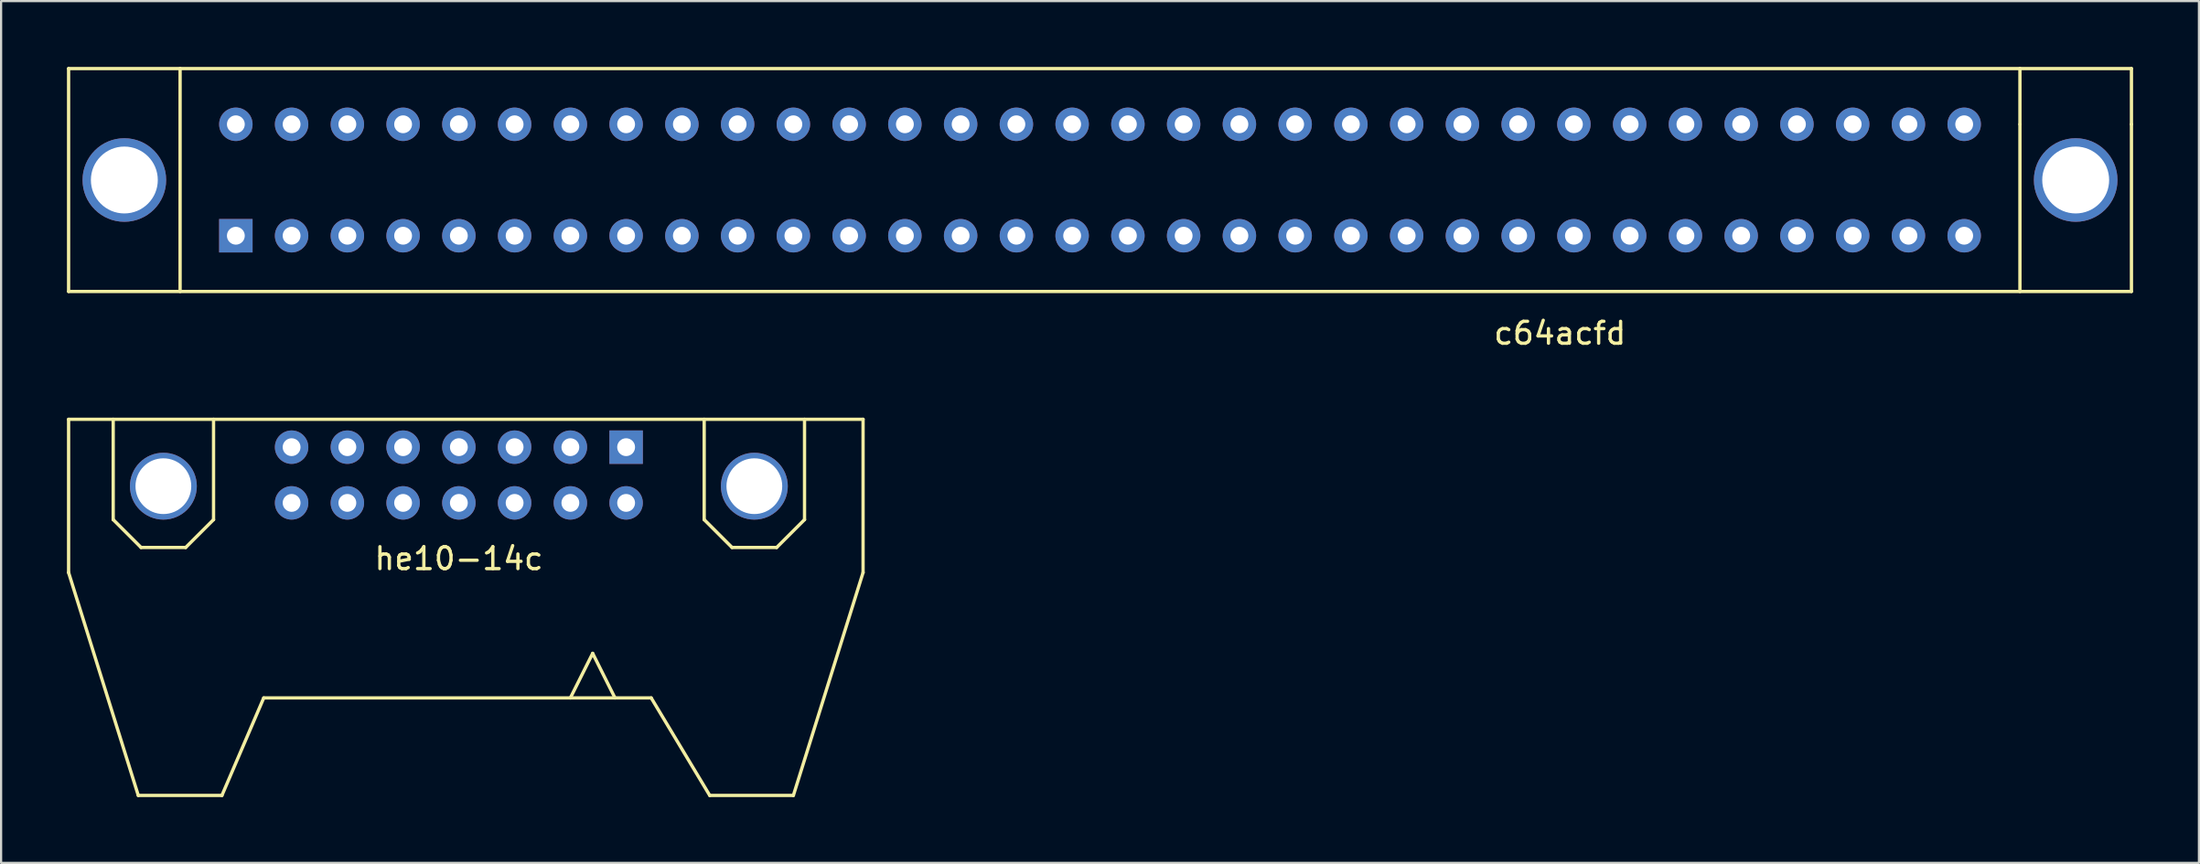
<source format=kicad_pcb>
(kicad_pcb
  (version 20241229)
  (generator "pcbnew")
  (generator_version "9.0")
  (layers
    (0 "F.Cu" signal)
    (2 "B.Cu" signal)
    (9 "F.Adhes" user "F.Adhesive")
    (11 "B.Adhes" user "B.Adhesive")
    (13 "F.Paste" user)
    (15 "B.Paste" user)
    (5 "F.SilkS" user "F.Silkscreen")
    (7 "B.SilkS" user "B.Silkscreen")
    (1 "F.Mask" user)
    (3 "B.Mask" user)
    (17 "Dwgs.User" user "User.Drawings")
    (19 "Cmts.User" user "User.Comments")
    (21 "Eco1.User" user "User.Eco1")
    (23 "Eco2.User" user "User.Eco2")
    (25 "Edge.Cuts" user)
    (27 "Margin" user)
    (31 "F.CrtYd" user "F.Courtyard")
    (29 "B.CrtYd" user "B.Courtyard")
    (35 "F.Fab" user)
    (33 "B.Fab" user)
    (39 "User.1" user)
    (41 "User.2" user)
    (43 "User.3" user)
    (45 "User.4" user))
  (footprint "c64acfd"
    (layer "F.Cu")
    (at 47.065 5.155)
    (property "Reference" "c64acfd" (at 20.955 6.985 0) (layer "F.SilkS") (effects (font (size 1 1) (thickness 0.15))))
    (attr through_hole)
    (fp_line (start -46.99 5.08) (end -46.99 -5.08) (stroke (width 0.15) (type solid)) (layer "F.SilkS"))
    (fp_line (start -41.91 -5.08) (end -41.91 5.08) (stroke (width 0.15) (type solid)) (layer "F.SilkS"))
    (fp_line (start 41.91 -2.54) (end 41.91 -5.08) (stroke (width 0.15) (type solid)) (layer "F.SilkS"))
    (fp_line (start 41.91 -2.54) (end 41.91 5.08) (stroke (width 0.15) (type solid)) (layer "F.SilkS"))
    (fp_line (start 46.99 -5.08) (end -46.99 -5.08) (stroke (width 0.15) (type solid)) (layer "F.SilkS"))
    (fp_line (start 46.99 -2.54) (end 46.99 -5.08) (stroke (width 0.15) (type solid)) (layer "F.SilkS"))
    (fp_line (start 46.99 -2.54) (end 46.99 5.08) (stroke (width 0.15) (type solid)) (layer "F.SilkS"))
    (fp_line (start 46.99 5.08) (end -46.99 5.08) (stroke (width 0.15) (type solid)) (layer "F.SilkS"))
    (pad "65" thru_hole circle (at 44.45 0) (size 3.81 3.81) (drill 3.048) (layers "*.Cu" "*.Mask"))
    (pad "66" thru_hole circle (at -44.45 0) (size 3.81 3.81) (drill 3.048) (layers "*.Cu" "*.Mask"))
    (pad "A1" thru_hole rect (at -39.37 2.54) (size 1.524 1.524) (drill 0.813) (layers "*.Cu" "*.Mask"))
    (pad "A2" thru_hole circle (at -36.83 2.54) (size 1.524 1.524) (drill 0.813) (layers "*.Cu" "*.Mask"))
    (pad "A3" thru_hole circle (at -34.29 2.54) (size 1.524 1.524) (drill 0.813) (layers "*.Cu" "*.Mask"))
    (pad "A4" thru_hole circle (at -31.75 2.54) (size 1.524 1.524) (drill 0.813) (layers "*.Cu" "*.Mask"))
    (pad "A5" thru_hole circle (at -29.21 2.54) (size 1.524 1.524) (drill 0.813) (layers "*.Cu" "*.Mask"))
    (pad "A6" thru_hole circle (at -26.67 2.54) (size 1.524 1.524) (drill 0.813) (layers "*.Cu" "*.Mask"))
    (pad "A7" thru_hole circle (at -24.13 2.54) (size 1.524 1.524) (drill 0.813) (layers "*.Cu" "*.Mask"))
    (pad "A8" thru_hole circle (at -21.59 2.54) (size 1.524 1.524) (drill 0.813) (layers "*.Cu" "*.Mask"))
    (pad "A9" thru_hole circle (at -19.05 2.54) (size 1.524 1.524) (drill 0.813) (layers "*.Cu" "*.Mask"))
    (pad "A10" thru_hole circle (at -16.51 2.54) (size 1.524 1.524) (drill 0.813) (layers "*.Cu" "*.Mask"))
    (pad "A11" thru_hole circle (at -13.97 2.54) (size 1.524 1.524) (drill 0.813) (layers "*.Cu" "*.Mask"))
    (pad "A12" thru_hole circle (at -11.43 2.54) (size 1.524 1.524) (drill 0.813) (layers "*.Cu" "*.Mask"))
    (pad "A13" thru_hole circle (at -8.89 2.54) (size 1.524 1.524) (drill 0.813) (layers "*.Cu" "*.Mask"))
    (pad "A14" thru_hole circle (at -6.35 2.54) (size 1.524 1.524) (drill 0.813) (layers "*.Cu" "*.Mask"))
    (pad "A15" thru_hole circle (at -3.81 2.54) (size 1.524 1.524) (drill 0.813) (layers "*.Cu" "*.Mask"))
    (pad "A16" thru_hole circle (at -1.27 2.54) (size 1.524 1.524) (drill 0.813) (layers "*.Cu" "*.Mask"))
    (pad "A17" thru_hole circle (at 1.27 2.54) (size 1.524 1.524) (drill 0.813) (layers "*.Cu" "*.Mask"))
    (pad "A18" thru_hole circle (at 3.81 2.54) (size 1.524 1.524) (drill 0.813) (layers "*.Cu" "*.Mask"))
    (pad "A19" thru_hole circle (at 6.35 2.54) (size 1.524 1.524) (drill 0.813) (layers "*.Cu" "*.Mask"))
    (pad "A20" thru_hole circle (at 8.89 2.54) (size 1.524 1.524) (drill 0.813) (layers "*.Cu" "*.Mask"))
    (pad "A21" thru_hole circle (at 11.43 2.54) (size 1.524 1.524) (drill 0.813) (layers "*.Cu" "*.Mask"))
    (pad "A22" thru_hole circle (at 13.97 2.54) (size 1.524 1.524) (drill 0.813) (layers "*.Cu" "*.Mask"))
    (pad "A23" thru_hole circle (at 16.51 2.54) (size 1.524 1.524) (drill 0.813) (layers "*.Cu" "*.Mask"))
    (pad "A24" thru_hole circle (at 19.05 2.54) (size 1.524 1.524) (drill 0.813) (layers "*.Cu" "*.Mask"))
    (pad "A25" thru_hole circle (at 21.59 2.54) (size 1.524 1.524) (drill 0.813) (layers "*.Cu" "*.Mask"))
    (pad "A26" thru_hole circle (at 24.13 2.54) (size 1.524 1.524) (drill 0.813) (layers "*.Cu" "*.Mask"))
    (pad "A27" thru_hole circle (at 26.67 2.54) (size 1.524 1.524) (drill 0.813) (layers "*.Cu" "*.Mask"))
    (pad "A28" thru_hole circle (at 29.21 2.54) (size 1.524 1.524) (drill 0.813) (layers "*.Cu" "*.Mask"))
    (pad "A29" thru_hole circle (at 31.75 2.54) (size 1.524 1.524) (drill 0.813) (layers "*.Cu" "*.Mask"))
    (pad "A30" thru_hole circle (at 34.29 2.54) (size 1.524 1.524) (drill 0.813) (layers "*.Cu" "*.Mask"))
    (pad "A31" thru_hole circle (at 36.83 2.54) (size 1.524 1.524) (drill 0.813) (layers "*.Cu" "*.Mask"))
    (pad "A32" thru_hole circle (at 39.37 2.54) (size 1.524 1.524) (drill 0.813) (layers "*.Cu" "*.Mask"))
    (pad "C1" thru_hole circle (at -39.37 -2.54) (size 1.524 1.524) (drill 0.813) (layers "*.Cu" "*.Mask"))
    (pad "C2" thru_hole circle (at -36.83 -2.54) (size 1.524 1.524) (drill 0.813) (layers "*.Cu" "*.Mask"))
    (pad "C3" thru_hole circle (at -34.29 -2.54) (size 1.524 1.524) (drill 0.813) (layers "*.Cu" "*.Mask"))
    (pad "C4" thru_hole circle (at -31.75 -2.54) (size 1.524 1.524) (drill 0.813) (layers "*.Cu" "*.Mask"))
    (pad "C5" thru_hole circle (at -29.21 -2.54) (size 1.524 1.524) (drill 0.813) (layers "*.Cu" "*.Mask"))
    (pad "C6" thru_hole circle (at -26.67 -2.54) (size 1.524 1.524) (drill 0.813) (layers "*.Cu" "*.Mask"))
    (pad "C7" thru_hole circle (at -24.13 -2.54) (size 1.524 1.524) (drill 0.813) (layers "*.Cu" "*.Mask"))
    (pad "C8" thru_hole circle (at -21.59 -2.54) (size 1.524 1.524) (drill 0.813) (layers "*.Cu" "*.Mask"))
    (pad "C9" thru_hole circle (at -19.05 -2.54) (size 1.524 1.524) (drill 0.813) (layers "*.Cu" "*.Mask"))
    (pad "C10" thru_hole circle (at -16.51 -2.54) (size 1.524 1.524) (drill 0.813) (layers "*.Cu" "*.Mask"))
    (pad "C11" thru_hole circle (at -13.97 -2.54) (size 1.524 1.524) (drill 0.813) (layers "*.Cu" "*.Mask"))
    (pad "C12" thru_hole circle (at -11.43 -2.54) (size 1.524 1.524) (drill 0.813) (layers "*.Cu" "*.Mask"))
    (pad "C13" thru_hole circle (at -8.89 -2.54) (size 1.524 1.524) (drill 0.813) (layers "*.Cu" "*.Mask"))
    (pad "C14" thru_hole circle (at -6.35 -2.54) (size 1.524 1.524) (drill 0.813) (layers "*.Cu" "*.Mask"))
    (pad "C15" thru_hole circle (at -3.81 -2.54) (size 1.524 1.524) (drill 0.813) (layers "*.Cu" "*.Mask"))
    (pad "C16" thru_hole circle (at -1.27 -2.54) (size 1.524 1.524) (drill 0.813) (layers "*.Cu" "*.Mask"))
    (pad "C17" thru_hole circle (at 1.27 -2.54) (size 1.524 1.524) (drill 0.813) (layers "*.Cu" "*.Mask"))
    (pad "C18" thru_hole circle (at 3.81 -2.54) (size 1.524 1.524) (drill 0.813) (layers "*.Cu" "*.Mask"))
    (pad "C19" thru_hole circle (at 6.35 -2.54) (size 1.524 1.524) (drill 0.813) (layers "*.Cu" "*.Mask"))
    (pad "C20" thru_hole circle (at 8.89 -2.54) (size 1.524 1.524) (drill 0.813) (layers "*.Cu" "*.Mask"))
    (pad "C21" thru_hole circle (at 11.43 -2.54) (size 1.524 1.524) (drill 0.813) (layers "*.Cu" "*.Mask"))
    (pad "C22" thru_hole circle (at 13.97 -2.54) (size 1.524 1.524) (drill 0.813) (layers "*.Cu" "*.Mask"))
    (pad "C23" thru_hole circle (at 16.51 -2.54) (size 1.524 1.524) (drill 0.813) (layers "*.Cu" "*.Mask"))
    (pad "C24" thru_hole circle (at 19.05 -2.54) (size 1.524 1.524) (drill 0.813) (layers "*.Cu" "*.Mask"))
    (pad "C25" thru_hole circle (at 21.59 -2.54) (size 1.524 1.524) (drill 0.813) (layers "*.Cu" "*.Mask"))
    (pad "C26" thru_hole circle (at 24.13 -2.54) (size 1.524 1.524) (drill 0.813) (layers "*.Cu" "*.Mask"))
    (pad "C27" thru_hole circle (at 26.67 -2.54) (size 1.524 1.524) (drill 0.813) (layers "*.Cu" "*.Mask"))
    (pad "C28" thru_hole circle (at 29.21 -2.54) (size 1.524 1.524) (drill 0.813) (layers "*.Cu" "*.Mask"))
    (pad "C29" thru_hole circle (at 31.75 -2.54) (size 1.524 1.524) (drill 0.813) (layers "*.Cu" "*.Mask"))
    (pad "C30" thru_hole circle (at 34.29 -2.54) (size 1.524 1.524) (drill 0.813) (layers "*.Cu" "*.Mask"))
    (pad "C31" thru_hole circle (at 36.83 -2.54) (size 1.524 1.524) (drill 0.813) (layers "*.Cu" "*.Mask"))
    (pad "C32" thru_hole circle (at 39.37 -2.54) (size 1.524 1.524) (drill 0.813) (layers "*.Cu" "*.Mask")))
  (footprint "he10-14c"
    (layer "F.Cu")
    (at 17.855 18.603)
    (property "Reference" "he10-14c" (at 0 3.81 0) (layer "F.SilkS") (effects (font (size 1 1) (thickness 0.15))))
    (attr through_hole)
    (fp_line (start -17.78 -2.54) (end -17.78 4.445) (stroke (width 0.15) (type solid)) (layer "F.SilkS"))
    (fp_line (start -17.78 -2.54) (end 18.415 -2.54) (stroke (width 0.15) (type solid)) (layer "F.SilkS"))
    (fp_line (start -17.78 4.445) (end -14.605 14.605) (stroke (width 0.15) (type solid)) (layer "F.SilkS"))
    (fp_line (start -15.748 2.032) (end -15.748 -2.54) (stroke (width 0.15) (type solid)) (layer "F.SilkS"))
    (fp_line (start -14.605 14.605) (end -10.795 14.605) (stroke (width 0.15) (type solid)) (layer "F.SilkS"))
    (fp_line (start -14.478 3.302) (end -15.748 2.032) (stroke (width 0.15) (type solid)) (layer "F.SilkS"))
    (fp_line (start -12.446 3.302) (end -14.478 3.302) (stroke (width 0.15) (type solid)) (layer "F.SilkS"))
    (fp_line (start -11.176 -2.54) (end -11.176 2.032) (stroke (width 0.15) (type solid)) (layer "F.SilkS"))
    (fp_line (start -11.176 2.032) (end -12.446 3.302) (stroke (width 0.15) (type solid)) (layer "F.SilkS"))
    (fp_line (start -10.795 14.605) (end -8.89 10.16) (stroke (width 0.15) (type solid)) (layer "F.SilkS"))
    (fp_line (start -8.89 10.16) (end 8.763 10.16) (stroke (width 0.15) (type solid)) (layer "F.SilkS"))
    (fp_line (start 6.096 8.128) (end 5.08 10.16) (stroke (width 0.15) (type solid)) (layer "F.SilkS"))
    (fp_line (start 7.112 10.16) (end 6.096 8.128) (stroke (width 0.15) (type solid)) (layer "F.SilkS"))
    (fp_line (start 11.176 2.032) (end 11.176 -2.54) (stroke (width 0.15) (type solid)) (layer "F.SilkS"))
    (fp_line (start 11.43 14.605) (end 8.763 10.16) (stroke (width 0.15) (type solid)) (layer "F.SilkS"))
    (fp_line (start 12.446 3.302) (end 11.176 2.032) (stroke (width 0.15) (type solid)) (layer "F.SilkS"))
    (fp_line (start 14.478 3.302) (end 12.446 3.302) (stroke (width 0.15) (type solid)) (layer "F.SilkS"))
    (fp_line (start 15.24 14.605) (end 11.43 14.605) (stroke (width 0.15) (type solid)) (layer "F.SilkS"))
    (fp_line (start 15.748 -2.54) (end 15.748 2.032) (stroke (width 0.15) (type solid)) (layer "F.SilkS"))
    (fp_line (start 15.748 2.032) (end 14.478 3.302) (stroke (width 0.15) (type solid)) (layer "F.SilkS"))
    (fp_line (start 18.415 -2.54) (end 18.415 4.445) (stroke (width 0.15) (type solid)) (layer "F.SilkS"))
    (fp_line (start 18.415 4.445) (end 15.24 14.605) (stroke (width 0.15) (type solid)) (layer "F.SilkS"))
    (pad "0" thru_hole circle (at -13.462 0.508) (size 3.048 3.048) (drill 2.54) (layers "*.Cu" "*.Mask"))
    (pad "0" thru_hole circle (at 13.462 0.508) (size 3.048 3.048) (drill 2.54) (layers "*.Cu" "*.Mask"))
    (pad "1" thru_hole rect (at 7.62 -1.27) (size 1.524 1.524) (drill 0.813) (layers "*.Cu" "*.Mask"))
    (pad "2" thru_hole circle (at 7.62 1.27) (size 1.524 1.524) (drill 0.813) (layers "*.Cu" "*.Mask"))
    (pad "3" thru_hole circle (at 5.08 -1.27) (size 1.524 1.524) (drill 0.813) (layers "*.Cu" "*.Mask"))
    (pad "4" thru_hole circle (at 5.08 1.27) (size 1.524 1.524) (drill 0.813) (layers "*.Cu" "*.Mask"))
    (pad "5" thru_hole circle (at 2.54 -1.27) (size 1.524 1.524) (drill 0.813) (layers "*.Cu" "*.Mask"))
    (pad "6" thru_hole circle (at 0 1.27) (size 1.524 1.524) (drill 0.813) (layers "*.Cu" "*.Mask"))
    (pad "7" thru_hole circle (at 0 -1.27) (size 1.524 1.524) (drill 0.813) (layers "*.Cu" "*.Mask"))
    (pad "8" thru_hole circle (at 2.54 1.27) (size 1.524 1.524) (drill 0.813) (layers "*.Cu" "*.Mask"))
    (pad "9" thru_hole circle (at -2.54 -1.27) (size 1.524 1.524) (drill 0.813) (layers "*.Cu" "*.Mask"))
    (pad "10" thru_hole circle (at -2.54 1.27) (size 1.524 1.524) (drill 0.813) (layers "*.Cu" "*.Mask"))
    (pad "11" thru_hole circle (at -5.08 -1.27) (size 1.524 1.524) (drill 0.813) (layers "*.Cu" "*.Mask"))
    (pad "12" thru_hole circle (at -5.08 1.27) (size 1.524 1.524) (drill 0.813) (layers "*.Cu" "*.Mask"))
    (pad "13" thru_hole circle (at -7.62 -1.27) (size 1.524 1.524) (drill 0.813) (layers "*.Cu" "*.Mask"))
    (pad "14" thru_hole circle (at -7.62 1.27) (size 1.524 1.524) (drill 0.813) (layers "*.Cu" "*.Mask")))
  (gr_rect
    (start -3 -3)
    (end 97.13 36.283)
    (stroke (width 0.1) (type default))
    (fill no)
    (layer "Edge.Cuts")))
</source>
